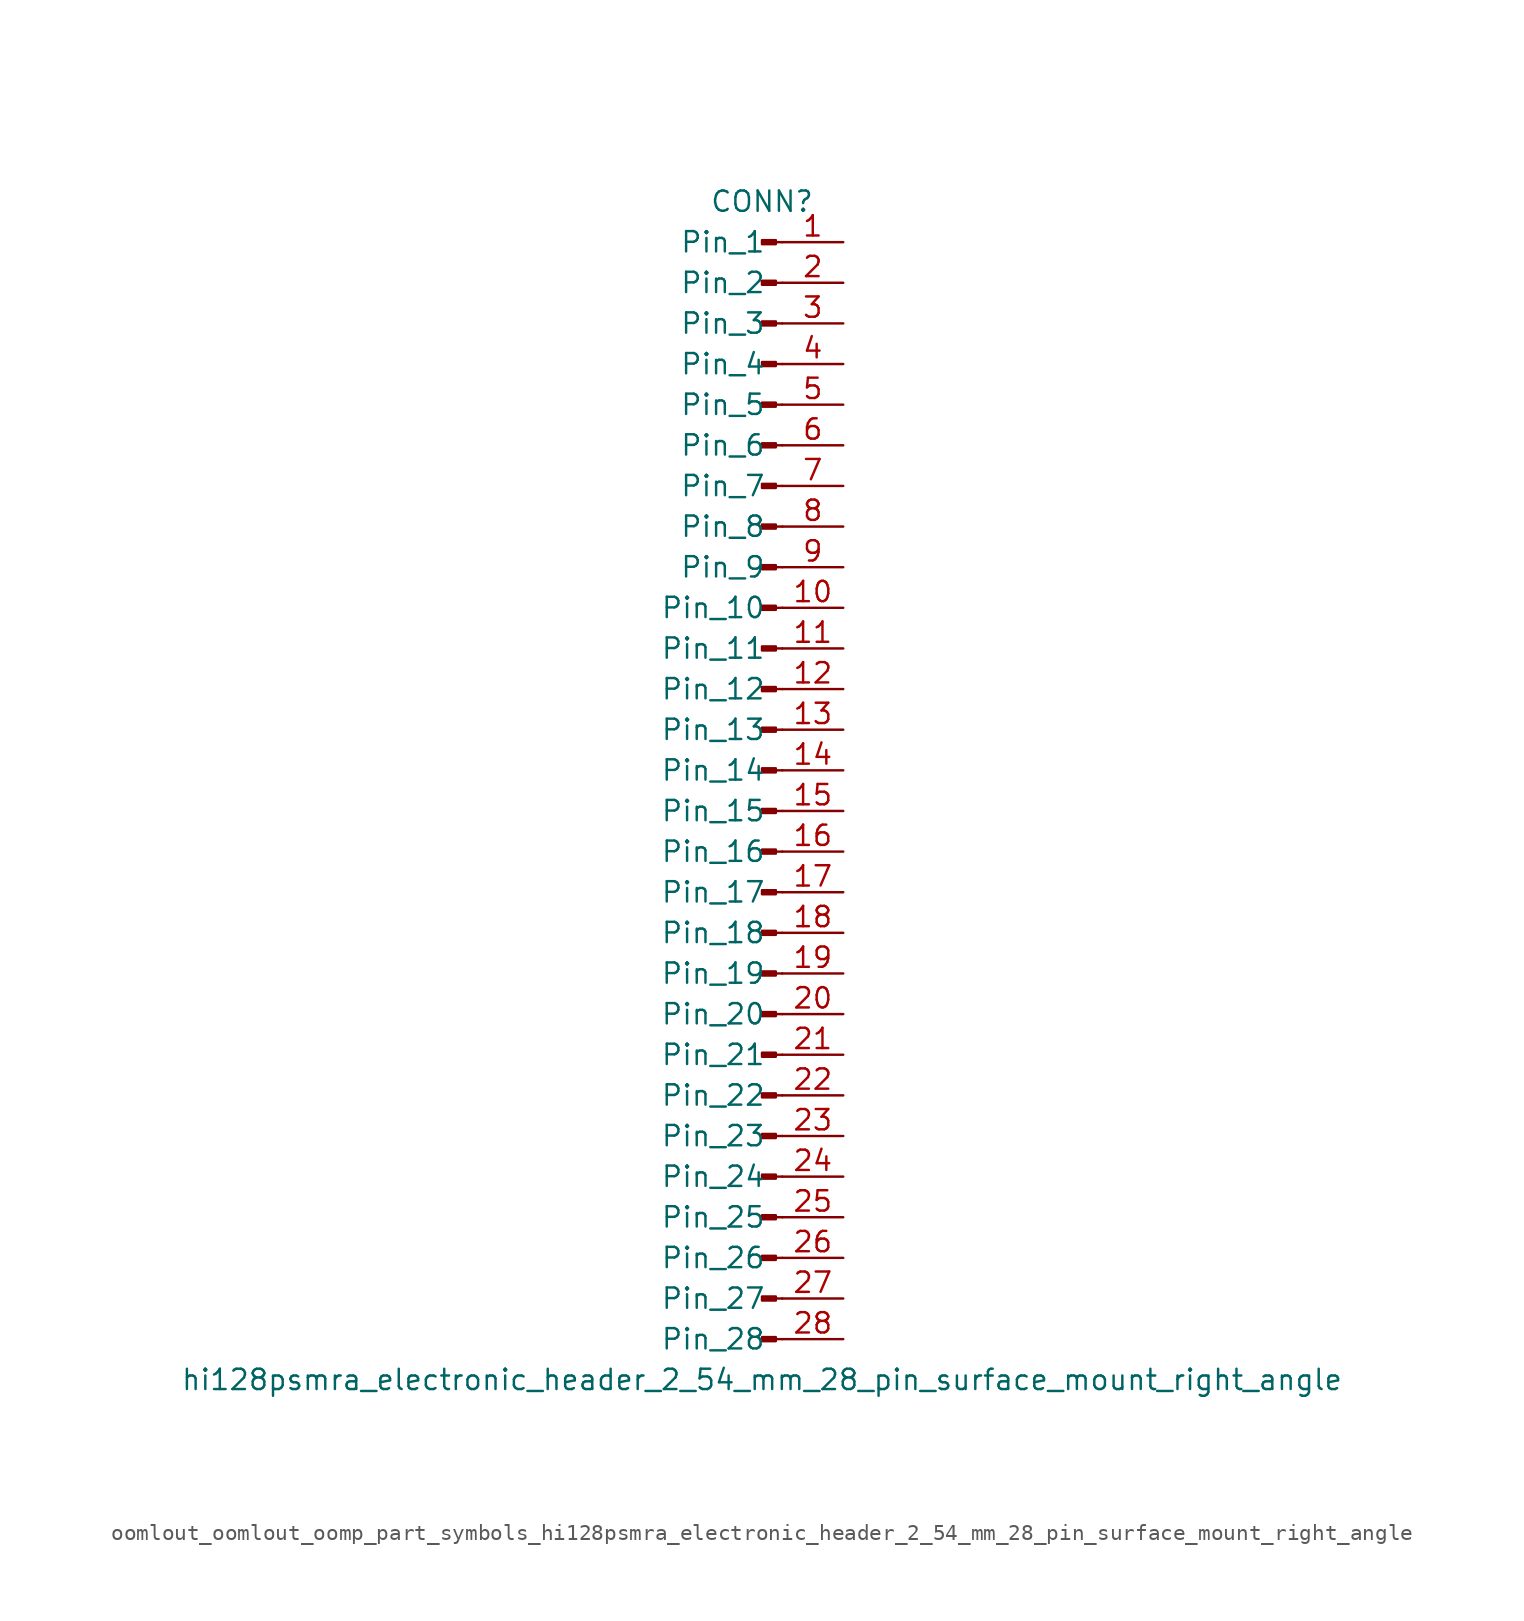
<source format=kicad_sym>
(kicad_symbol_lib
  (version 20220914)
  (generator kicad_symbol_editor)
  (symbol "oomlout_oomlout_oomp_part_symbols_hi128psmra_electronic_header_2_54_mm_28_pin_surface_mount_right_angle"
    (pin_names
      (offset 1.016))
    (property "Reference" "CONN"
      (at 0 35.56 0)
      (effects (font (size 1.27 1.27))))
    (property "Value" "hi128psmra_electronic_header_2_54_mm_28_pin_surface_mount_right_angle"
      (at 0 -38.1 0)
      (effects (font (size 1.27 1.27))))
    (property "ki_locked" ""
      (at 0 0 0)
      (effects (font (size 1.27 1.27))))
    (symbol "oomlout_oomlout_oomp_part_symbols_hi128psmra_electronic_header_2_54_mm_28_pin_surface_mount_right_angle_1_1"
      (polyline (pts (xy 1.27 -35.56) (xy 0.864 -35.56)) (stroke (width 0.152) (type default)) (fill (type none)))
      (polyline (pts (xy 1.27 -33.02) (xy 0.864 -33.02)) (stroke (width 0.152) (type default)) (fill (type none)))
      (polyline (pts (xy 1.27 -30.48) (xy 0.864 -30.48)) (stroke (width 0.152) (type default)) (fill (type none)))
      (polyline (pts (xy 1.27 -27.94) (xy 0.864 -27.94)) (stroke (width 0.152) (type default)) (fill (type none)))
      (polyline (pts (xy 1.27 -25.4) (xy 0.864 -25.4)) (stroke (width 0.152) (type default)) (fill (type none)))
      (polyline (pts (xy 1.27 -22.86) (xy 0.864 -22.86)) (stroke (width 0.152) (type default)) (fill (type none)))
      (polyline (pts (xy 1.27 -20.32) (xy 0.864 -20.32)) (stroke (width 0.152) (type default)) (fill (type none)))
      (polyline (pts (xy 1.27 -17.78) (xy 0.864 -17.78)) (stroke (width 0.152) (type default)) (fill (type none)))
      (polyline (pts (xy 1.27 -15.24) (xy 0.864 -15.24)) (stroke (width 0.152) (type default)) (fill (type none)))
      (polyline (pts (xy 1.27 -12.7) (xy 0.864 -12.7)) (stroke (width 0.152) (type default)) (fill (type none)))
      (polyline (pts (xy 1.27 -10.16) (xy 0.864 -10.16)) (stroke (width 0.152) (type default)) (fill (type none)))
      (polyline (pts (xy 1.27 -7.62) (xy 0.864 -7.62)) (stroke (width 0.152) (type default)) (fill (type none)))
      (polyline (pts (xy 1.27 -5.08) (xy 0.864 -5.08)) (stroke (width 0.152) (type default)) (fill (type none)))
      (polyline (pts (xy 1.27 -2.54) (xy 0.864 -2.54)) (stroke (width 0.152) (type default)) (fill (type none)))
      (polyline (pts (xy 1.27 0) (xy 0.864 0)) (stroke (width 0.152) (type default)) (fill (type none)))
      (polyline (pts (xy 1.27 2.54) (xy 0.864 2.54)) (stroke (width 0.152) (type default)) (fill (type none)))
      (polyline (pts (xy 1.27 5.08) (xy 0.864 5.08)) (stroke (width 0.152) (type default)) (fill (type none)))
      (polyline (pts (xy 1.27 7.62) (xy 0.864 7.62)) (stroke (width 0.152) (type default)) (fill (type none)))
      (polyline (pts (xy 1.27 10.16) (xy 0.864 10.16)) (stroke (width 0.152) (type default)) (fill (type none)))
      (polyline (pts (xy 1.27 12.7) (xy 0.864 12.7)) (stroke (width 0.152) (type default)) (fill (type none)))
      (polyline (pts (xy 1.27 15.24) (xy 0.864 15.24)) (stroke (width 0.152) (type default)) (fill (type none)))
      (polyline (pts (xy 1.27 17.78) (xy 0.864 17.78)) (stroke (width 0.152) (type default)) (fill (type none)))
      (polyline (pts (xy 1.27 20.32) (xy 0.864 20.32)) (stroke (width 0.152) (type default)) (fill (type none)))
      (polyline (pts (xy 1.27 22.86) (xy 0.864 22.86)) (stroke (width 0.152) (type default)) (fill (type none)))
      (polyline (pts (xy 1.27 25.4) (xy 0.864 25.4)) (stroke (width 0.152) (type default)) (fill (type none)))
      (polyline (pts (xy 1.27 27.94) (xy 0.864 27.94)) (stroke (width 0.152) (type default)) (fill (type none)))
      (polyline (pts (xy 1.27 30.48) (xy 0.864 30.48)) (stroke (width 0.152) (type default)) (fill (type none)))
      (polyline (pts (xy 1.27 33.02) (xy 0.864 33.02)) (stroke (width 0.152) (type default)) (fill (type none)))
      (rectangle (start 0.864 -35.433) (end 0 -35.687) (stroke (width 0.152) (type default)) (fill (type outline)))
      (rectangle (start 0.864 -32.893) (end 0 -33.147) (stroke (width 0.152) (type default)) (fill (type outline)))
      (rectangle (start 0.864 -30.353) (end 0 -30.607) (stroke (width 0.152) (type default)) (fill (type outline)))
      (rectangle (start 0.864 -27.813) (end 0 -28.067) (stroke (width 0.152) (type default)) (fill (type outline)))
      (rectangle (start 0.864 -25.273) (end 0 -25.527) (stroke (width 0.152) (type default)) (fill (type outline)))
      (rectangle (start 0.864 -22.733) (end 0 -22.987) (stroke (width 0.152) (type default)) (fill (type outline)))
      (rectangle (start 0.864 -20.193) (end 0 -20.447) (stroke (width 0.152) (type default)) (fill (type outline)))
      (rectangle (start 0.864 -17.653) (end 0 -17.907) (stroke (width 0.152) (type default)) (fill (type outline)))
      (rectangle (start 0.864 -15.113) (end 0 -15.367) (stroke (width 0.152) (type default)) (fill (type outline)))
      (rectangle (start 0.864 -12.573) (end 0 -12.827) (stroke (width 0.152) (type default)) (fill (type outline)))
      (rectangle (start 0.864 -10.033) (end 0 -10.287) (stroke (width 0.152) (type default)) (fill (type outline)))
      (rectangle (start 0.864 -7.493) (end 0 -7.747) (stroke (width 0.152) (type default)) (fill (type outline)))
      (rectangle (start 0.864 -4.953) (end 0 -5.207) (stroke (width 0.152) (type default)) (fill (type outline)))
      (rectangle (start 0.864 -2.413) (end 0 -2.667) (stroke (width 0.152) (type default)) (fill (type outline)))
      (rectangle (start 0.864 0.127) (end 0 -0.127) (stroke (width 0.152) (type default)) (fill (type outline)))
      (rectangle (start 0.864 2.667) (end 0 2.413) (stroke (width 0.152) (type default)) (fill (type outline)))
      (rectangle (start 0.864 5.207) (end 0 4.953) (stroke (width 0.152) (type default)) (fill (type outline)))
      (rectangle (start 0.864 7.747) (end 0 7.493) (stroke (width 0.152) (type default)) (fill (type outline)))
      (rectangle (start 0.864 10.287) (end 0 10.033) (stroke (width 0.152) (type default)) (fill (type outline)))
      (rectangle (start 0.864 12.827) (end 0 12.573) (stroke (width 0.152) (type default)) (fill (type outline)))
      (rectangle (start 0.864 15.367) (end 0 15.113) (stroke (width 0.152) (type default)) (fill (type outline)))
      (rectangle (start 0.864 17.907) (end 0 17.653) (stroke (width 0.152) (type default)) (fill (type outline)))
      (rectangle (start 0.864 20.447) (end 0 20.193) (stroke (width 0.152) (type default)) (fill (type outline)))
      (rectangle (start 0.864 22.987) (end 0 22.733) (stroke (width 0.152) (type default)) (fill (type outline)))
      (rectangle (start 0.864 25.527) (end 0 25.273) (stroke (width 0.152) (type default)) (fill (type outline)))
      (rectangle (start 0.864 28.067) (end 0 27.813) (stroke (width 0.152) (type default)) (fill (type outline)))
      (rectangle (start 0.864 30.607) (end 0 30.353) (stroke (width 0.152) (type default)) (fill (type outline)))
      (rectangle (start 0.864 33.147) (end 0 32.893) (stroke (width 0.152) (type default)) (fill (type outline)))
      (pin passive line (at 5.08 33.02 180) (length 3.81) (name "Pin_1" (effects (font (size 1.27 1.27)))) (number "1" (effects (font (size 1.27 1.27)))))
      (pin passive line (at 5.08 10.16 180) (length 3.81) (name "Pin_10" (effects (font (size 1.27 1.27)))) (number "10" (effects (font (size 1.27 1.27)))))
      (pin passive line (at 5.08 7.62 180) (length 3.81) (name "Pin_11" (effects (font (size 1.27 1.27)))) (number "11" (effects (font (size 1.27 1.27)))))
      (pin passive line (at 5.08 5.08 180) (length 3.81) (name "Pin_12" (effects (font (size 1.27 1.27)))) (number "12" (effects (font (size 1.27 1.27)))))
      (pin passive line (at 5.08 2.54 180) (length 3.81) (name "Pin_13" (effects (font (size 1.27 1.27)))) (number "13" (effects (font (size 1.27 1.27)))))
      (pin passive line (at 5.08 0 180) (length 3.81) (name "Pin_14" (effects (font (size 1.27 1.27)))) (number "14" (effects (font (size 1.27 1.27)))))
      (pin passive line (at 5.08 -2.54 180) (length 3.81) (name "Pin_15" (effects (font (size 1.27 1.27)))) (number "15" (effects (font (size 1.27 1.27)))))
      (pin passive line (at 5.08 -5.08 180) (length 3.81) (name "Pin_16" (effects (font (size 1.27 1.27)))) (number "16" (effects (font (size 1.27 1.27)))))
      (pin passive line (at 5.08 -7.62 180) (length 3.81) (name "Pin_17" (effects (font (size 1.27 1.27)))) (number "17" (effects (font (size 1.27 1.27)))))
      (pin passive line (at 5.08 -10.16 180) (length 3.81) (name "Pin_18" (effects (font (size 1.27 1.27)))) (number "18" (effects (font (size 1.27 1.27)))))
      (pin passive line (at 5.08 -12.7 180) (length 3.81) (name "Pin_19" (effects (font (size 1.27 1.27)))) (number "19" (effects (font (size 1.27 1.27)))))
      (pin passive line (at 5.08 30.48 180) (length 3.81) (name "Pin_2" (effects (font (size 1.27 1.27)))) (number "2" (effects (font (size 1.27 1.27)))))
      (pin passive line (at 5.08 -15.24 180) (length 3.81) (name "Pin_20" (effects (font (size 1.27 1.27)))) (number "20" (effects (font (size 1.27 1.27)))))
      (pin passive line (at 5.08 -17.78 180) (length 3.81) (name "Pin_21" (effects (font (size 1.27 1.27)))) (number "21" (effects (font (size 1.27 1.27)))))
      (pin passive line (at 5.08 -20.32 180) (length 3.81) (name "Pin_22" (effects (font (size 1.27 1.27)))) (number "22" (effects (font (size 1.27 1.27)))))
      (pin passive line (at 5.08 -22.86 180) (length 3.81) (name "Pin_23" (effects (font (size 1.27 1.27)))) (number "23" (effects (font (size 1.27 1.27)))))
      (pin passive line (at 5.08 -25.4 180) (length 3.81) (name "Pin_24" (effects (font (size 1.27 1.27)))) (number "24" (effects (font (size 1.27 1.27)))))
      (pin passive line (at 5.08 -27.94 180) (length 3.81) (name "Pin_25" (effects (font (size 1.27 1.27)))) (number "25" (effects (font (size 1.27 1.27)))))
      (pin passive line (at 5.08 -30.48 180) (length 3.81) (name "Pin_26" (effects (font (size 1.27 1.27)))) (number "26" (effects (font (size 1.27 1.27)))))
      (pin passive line (at 5.08 -33.02 180) (length 3.81) (name "Pin_27" (effects (font (size 1.27 1.27)))) (number "27" (effects (font (size 1.27 1.27)))))
      (pin passive line (at 5.08 -35.56 180) (length 3.81) (name "Pin_28" (effects (font (size 1.27 1.27)))) (number "28" (effects (font (size 1.27 1.27)))))
      (pin passive line (at 5.08 27.94 180) (length 3.81) (name "Pin_3" (effects (font (size 1.27 1.27)))) (number "3" (effects (font (size 1.27 1.27)))))
      (pin passive line (at 5.08 25.4 180) (length 3.81) (name "Pin_4" (effects (font (size 1.27 1.27)))) (number "4" (effects (font (size 1.27 1.27)))))
      (pin passive line (at 5.08 22.86 180) (length 3.81) (name "Pin_5" (effects (font (size 1.27 1.27)))) (number "5" (effects (font (size 1.27 1.27)))))
      (pin passive line (at 5.08 20.32 180) (length 3.81) (name "Pin_6" (effects (font (size 1.27 1.27)))) (number "6" (effects (font (size 1.27 1.27)))))
      (pin passive line (at 5.08 17.78 180) (length 3.81) (name "Pin_7" (effects (font (size 1.27 1.27)))) (number "7" (effects (font (size 1.27 1.27)))))
      (pin passive line (at 5.08 15.24 180) (length 3.81) (name "Pin_8" (effects (font (size 1.27 1.27)))) (number "8" (effects (font (size 1.27 1.27)))))
      (pin passive line (at 5.08 12.7 180) (length 3.81) (name "Pin_9" (effects (font (size 1.27 1.27)))) (number "9" (effects (font (size 1.27 1.27))))))))
</source>
